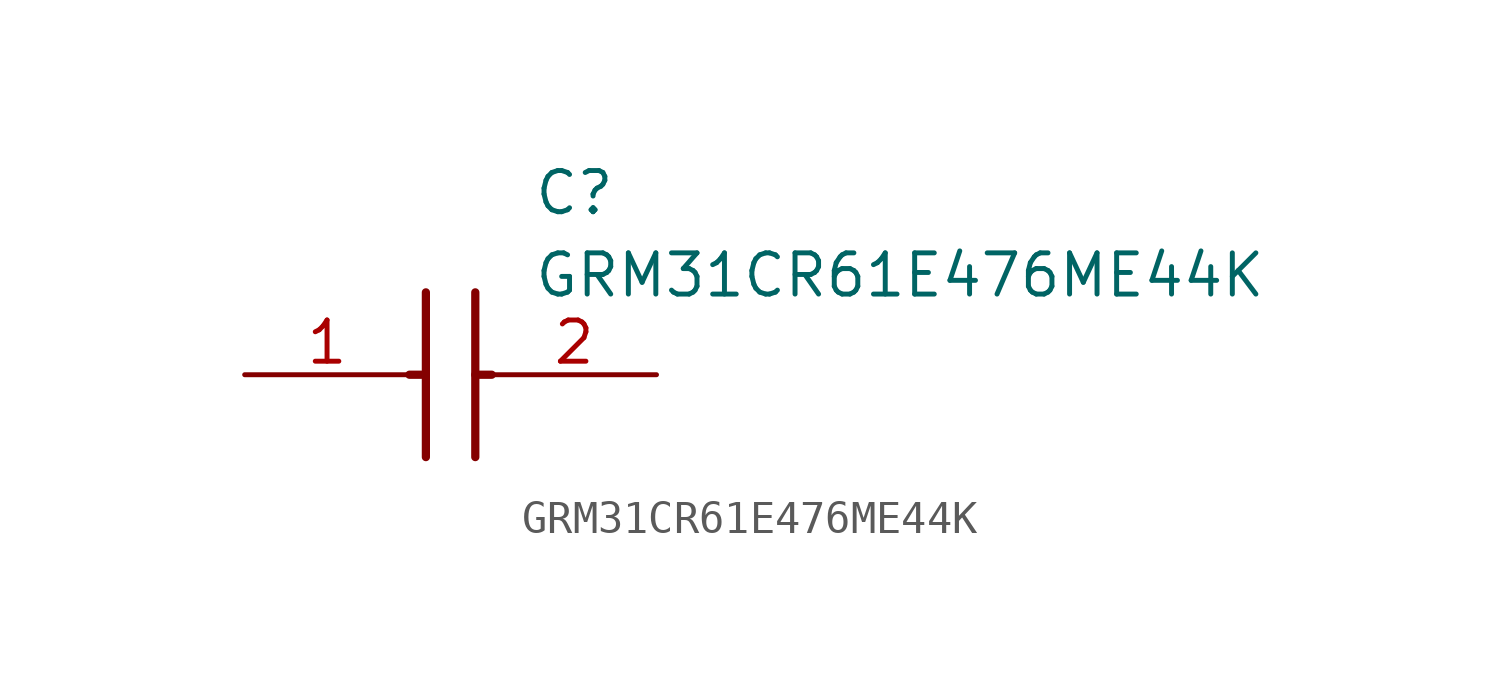
<source format=kicad_sym>
(kicad_symbol_lib
  (version 20211014)
  (generator SamacSys_ECAD_Model)
  (symbol "GRM31CR61E476ME44K"
    (pin_names hide)
    (property "Reference" "C"
      (at 8.89 6.35 0)
      (effects (font (size 1.27 1.27)) (justify left top)))
    (property "Value" "GRM31CR61E476ME44K"
      (at 8.89 3.81 0)
      (effects (font (size 1.27 1.27)) (justify left top)))
    (polyline
      (pts (xy 5.588 2.54) (xy 5.588 -2.54))
      (stroke (width 0.254) (type default))
      (fill (type none)))
    (polyline
      (pts (xy 7.112 2.54) (xy 7.112 -2.54))
      (stroke (width 0.254) (type default))
      (fill (type none)))
    (polyline
      (pts (xy 5.08 0) (xy 5.588 0))
      (stroke (width 0.254) (type default))
      (fill (type none)))
    (polyline
      (pts (xy 7.112 0) (xy 7.62 0))
      (stroke (width 0.254) (type default))
      (fill (type none)))
    (pin passive line
      (at 0 0 0)
      (length 5.08)
      (name "1" (effects (font (size 1.27 1.27))))
      (number "1" (effects (font (size 1.27 1.27)))))
    (pin passive line
      (at 12.7 0 180)
      (length 5.08)
      (name "2" (effects (font (size 1.27 1.27))))
      (number "2" (effects (font (size 1.27 1.27)))))))
</source>
